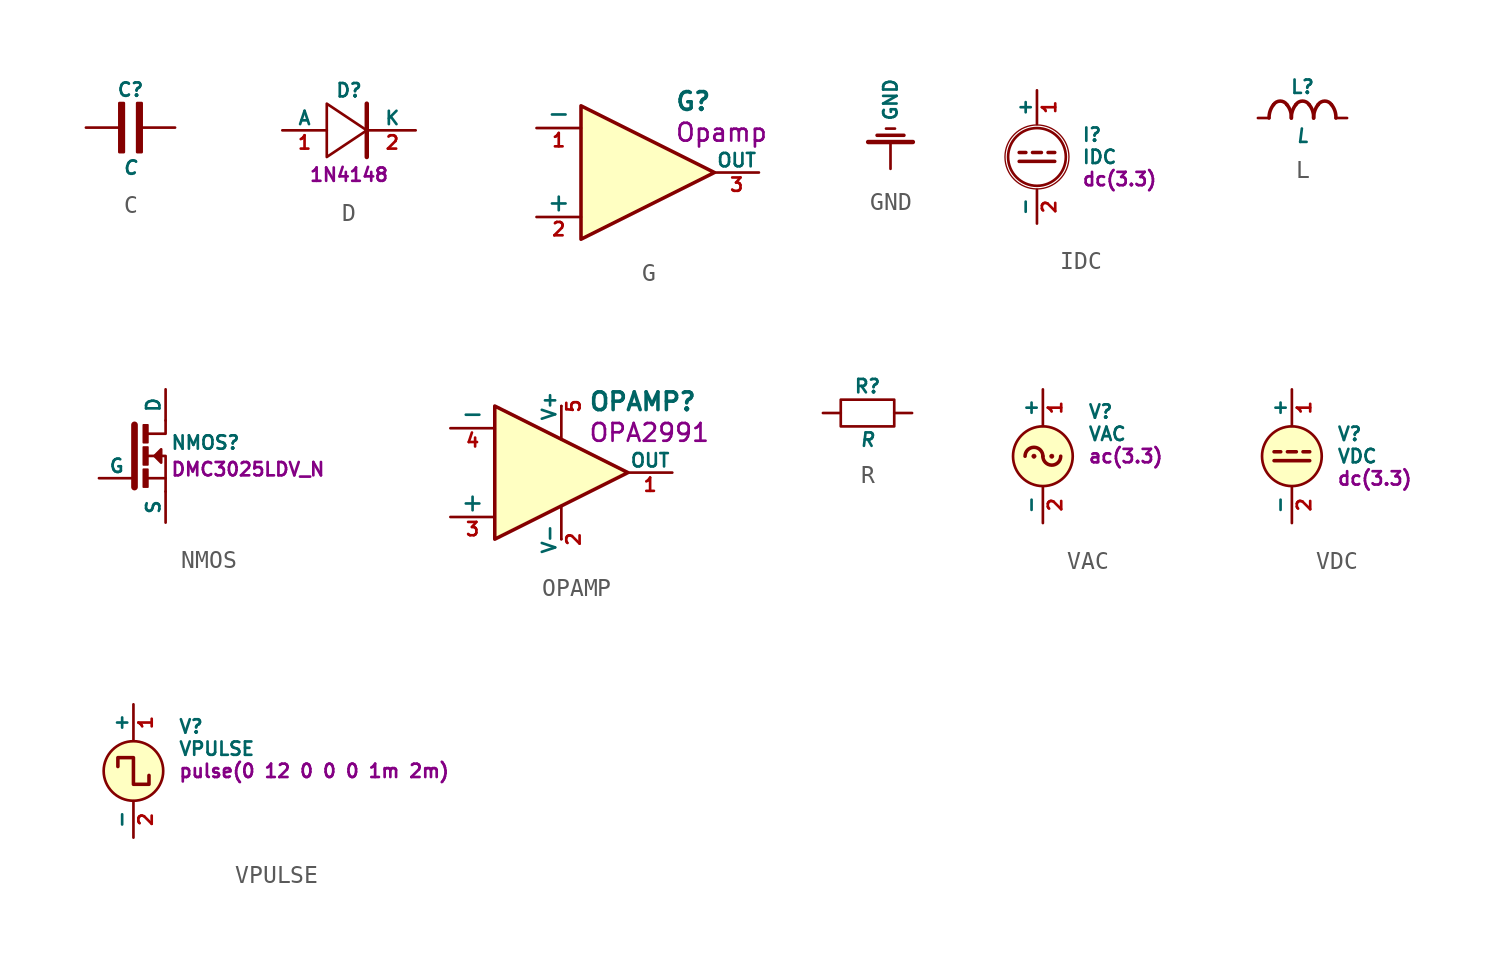
<source format=kicad_sym>
(kicad_symbol_lib
  (version 20220914)
  (generator kicad_symbol_editor)
  (symbol "C"
    (pin_numbers hide)
    (pin_names
      (offset 0) hide)
    (property "Reference" "C"
      (at 0 2.159 0)
      (effects (font (size 0.762 0.762))))
    (property "Value" "C"
      (at 0 -2.286 0)
      (effects (font (size 0.762 0.762) italic)))
    (symbol "C_0_1"
      (rectangle (start -0.635 1.397) (end -0.381 -1.397) (stroke (width 0) (type solid)) (fill (type outline)))
      (rectangle (start 0.381 -1.397) (end 0.635 1.397) (stroke (width 0) (type solid)) (fill (type outline))))
    (symbol "C_1_1"
      (pin passive line (at -2.54 0 0) (length 1.905) (name "1" (effects (font (size 0.508 0.508)))) (number "1" (effects (font (size 0.508 0.508)))))
      (pin passive line (at 2.54 0 180) (length 1.905) (name "2" (effects (font (size 0.508 0.508)))) (number "2" (effects (font (size 0.508 0.508)))))))
  (symbol "D"
    (pin_names
      (offset 0))
    (property "Reference" "D"
      (at 0 2.286 0)
      (effects (font (size 0.762 0.762))))
    (property "Spice_Model" "1N4148"
      (at 0 -2.54 0)
      (effects (font (size 0.762 0.762))))
    (symbol "D_0_1"
      (polyline (pts (xy 1.016 1.524) (xy 1.016 -1.524)) (stroke (width 0.254) (type solid)) (fill (type none)))
      (polyline (pts (xy -1.27 1.524) (xy -1.27 -1.524) (xy 1.016 0) (xy -1.27 1.524)) (stroke (width 0) (type solid)) (fill (type none))))
    (symbol "D_1_1"
      (pin passive line (at -3.81 0 0) (length 2.54) (name "A" (effects (font (size 0.762 0.762)))) (number "1" (effects (font (size 0.762 0.762)))))
      (pin passive line (at 3.81 0 180) (length 2.667) (name "K" (effects (font (size 0.762 0.762)))) (number "2" (effects (font (size 0.762 0.762)))))))
  (symbol "G"
    (pin_names
      (offset 0))
    (property "Reference" "G"
      (at 1.524 4.064 0)
      (effects (font (size 1.016 1.016) bold) (justify left)))
    (property "Spice_Model" "Opamp"
      (at 1.524 2.286 0)
      (effects (font (size 1.016 1.016)) (justify left)))
    (symbol "G_1_1"
      (polyline (pts (xy -3.81 -3.81) (xy -3.81 3.81) (xy 3.81 0) (xy -3.81 -3.81)) (stroke (width 0.203) (type solid)) (fill (type background)))
      (pin input line (at -6.35 2.54 0) (length 2.54) (name "-" (effects (font (size 1.016 1.016)))) (number "1" (effects (font (size 0.762 0.762)))))
      (pin input line (at -6.35 -2.54 0) (length 2.54) (name "+" (effects (font (size 1.016 1.016)))) (number "2" (effects (font (size 0.762 0.762)))))
      (pin output line (at 6.35 0 180) (length 2.54) (name "OUT" (effects (font (size 0.762 0.762)))) (number "3" (effects (font (size 0.762 0.762)))))))
  (symbol "GND"
    (power)
    (pin_names
      (offset 0))
    (property "Reference" "#GND"
      (at 0 -1.27 0)
      (effects (font (size 0.762 0.762)) hide))
    (property "Value" "GND"
      (at 0 2.667 90)
      (effects (font (size 0.762 0.762)) (justify left)))
    (symbol "GND_0_1"
      (polyline (pts (xy -1.27 1.524) (xy 1.27 1.524)) (stroke (width 0.254) (type solid)) (fill (type none)))
      (polyline (pts (xy -0.762 1.905) (xy 0.762 1.905)) (stroke (width 0.203) (type solid)) (fill (type none)))
      (polyline (pts (xy -0.254 2.286) (xy 0.254 2.286)) (stroke (width 0) (type solid)) (fill (type none)))
      (polyline (pts (xy 0 0) (xy 0 1.524)) (stroke (width 0) (type solid)) (fill (type none))))
    (symbol "GND_1_1"
      (pin power_in line (at 0 0 90) (length 0) hide (name "0" (effects (font (size 0.254 0.254)))) (number "1" (effects (font (size 0.254 0.254)))))))
  (symbol "IDC"
    (pin_names
      (offset 0))
    (property "Reference" "I"
      (at 2.54 1.27 0)
      (effects (font (size 0.762 0.762)) (justify left)))
    (property "Value" "IDC"
      (at 2.54 0 0)
      (effects (font (size 0.762 0.762)) (justify left)))
    (property "Spice_Model" "dc(3.3)"
      (at 2.54 -1.27 0)
      (effects (font (size 0.762 0.762)) (justify left)))
    (symbol "IDC_0_1"
      (polyline (pts (xy -1.016 0.254) (xy -0.635 0.254)) (stroke (width 0.203) (type solid)) (fill (type none)))
      (polyline (pts (xy -0.254 0.254) (xy 0.254 0.254)) (stroke (width 0.203) (type solid)) (fill (type none)))
      (polyline (pts (xy 0.635 0.254) (xy 1.016 0.254)) (stroke (width 0.203) (type solid)) (fill (type none)))
      (polyline (pts (xy 1.016 -0.254) (xy -1.016 -0.254)) (stroke (width 0.203) (type solid)) (fill (type none)))
      (circle (center 0 0) (radius 1.651) (stroke (width 0) (type solid)) (fill (type none)))
      (circle (center 0 0) (radius 1.829) (stroke (width 0.076) (type solid)) (fill (type none))))
    (symbol "IDC_1_1"
      (pin power_out line (at 0 3.81 270) (length 1.93) (name "+" (effects (font (size 0.762 0.762)))) (number "1" (effects (font (size 0.762 0.762)))))
      (pin power_out line (at 0 -3.81 90) (length 1.93) (name "-" (effects (font (size 0.762 0.762)))) (number "2" (effects (font (size 0.762 0.762)))))))
  (symbol "L"
    (pin_numbers hide)
    (pin_names
      (offset 0) hide)
    (property "Reference" "L"
      (at 0 1.778 0)
      (effects (font (size 0.762 0.762))))
    (property "Value" "L"
      (at 0 -1.016 0)
      (effects (font (size 0.762 0.762) italic)))
    (symbol "L_0_1"
      (arc (start -1.651 0.762) (mid -1.844 0.403) (end -1.905 0) (stroke (width 0.2032) (type solid)) (fill (type none)))
      (arc (start -0.889 0.762) (mid -1.27 0.9659) (end -1.651 0.762) (stroke (width 0.2032) (type solid)) (fill (type none)))
      (arc (start -0.635 0) (mid -0.6913 0.4046) (end -0.889 0.762) (stroke (width 0.2032) (type solid)) (fill (type none)))
      (arc (start -0.381 0.762) (mid -0.574 0.403) (end -0.635 0) (stroke (width 0.2032) (type solid)) (fill (type none)))
      (arc (start 0.381 0.762) (mid 0 0.9659) (end -0.381 0.762) (stroke (width 0.2032) (type solid)) (fill (type none)))
      (arc (start 0.635 0) (mid 0.5787 0.4046) (end 0.381 0.762) (stroke (width 0.2032) (type solid)) (fill (type none)))
      (arc (start 0.889 0.762) (mid 0.696 0.403) (end 0.635 0) (stroke (width 0.2032) (type solid)) (fill (type none)))
      (arc (start 1.651 0.762) (mid 1.27 0.9659) (end 0.889 0.762) (stroke (width 0.2032) (type solid)) (fill (type none)))
      (arc (start 1.905 0) (mid 1.8487 0.4046) (end 1.651 0.762) (stroke (width 0.2032) (type solid)) (fill (type none))))
    (symbol "L_1_1"
      (pin passive line (at -2.54 0 0) (length 0.635) (name "1" (effects (font (size 0.508 0.508)))) (number "1" (effects (font (size 0.508 0.508)))))
      (pin passive line (at 2.54 0 180) (length 0.635) (name "2" (effects (font (size 0.508 0.508)))) (number "2" (effects (font (size 0.508 0.508)))))))
  (symbol "NMOS"
    (pin_numbers hide)
    (pin_names
      (offset 0))
    (property "Reference" "NMOS"
      (at 1.524 0.762 0)
      (effects (font (size 0.762 0.762)) (justify left)))
    (property "Spice_Model" "DMC3025LDV_N"
      (at 1.524 -0.762 0)
      (effects (font (size 0.762 0.762)) (justify left)))
    (symbol "NMOS_1_1"
      (polyline (pts (xy -0.508 1.778) (xy -0.508 -1.778)) (stroke (width 0.381) (type solid)) (fill (type none)))
      (polyline (pts (xy 0.127 0) (xy 1.27 0) (xy 1.27 -1.27)) (stroke (width 0) (type solid)) (fill (type none)))
      (polyline (pts (xy 0.254 -1.27) (xy 1.27 -1.27) (xy 1.27 -2.032)) (stroke (width 0) (type solid)) (fill (type none)))
      (polyline (pts (xy 0.254 1.27) (xy 1.27 1.27) (xy 1.27 2.032)) (stroke (width 0) (type solid)) (fill (type none)))
      (polyline (pts (xy 0.635 0) (xy 1.016 0.381) (xy 1.016 -0.381) (xy 0.635 0)) (stroke (width 0) (type solid)) (fill (type outline)))
      (polyline (pts (xy 0 -0.762) (xy 0 -1.778) (xy 0.254 -1.778) (xy 0.254 -0.762) (xy 0 -0.762)) (stroke (width 0.102) (type solid)) (fill (type outline)))
      (polyline (pts (xy 0 0.508) (xy 0 -0.508) (xy 0.254 -0.508) (xy 0.254 0.508) (xy 0 0.508)) (stroke (width 0.102) (type solid)) (fill (type outline)))
      (polyline (pts (xy 0 1.778) (xy 0 0.762) (xy 0.254 0.762) (xy 0.254 1.778) (xy 0 1.778)) (stroke (width 0.102) (type solid)) (fill (type outline)))
      (pin passive line (at 1.27 3.81 270) (length 1.778) (name "D" (effects (font (size 0.762 0.762)))) (number "1" (effects (font (size 0.762 0.762)))))
      (pin passive line (at -2.54 -1.27 0) (length 2.032) (name "G" (effects (font (size 0.762 0.762)))) (number "2" (effects (font (size 0.762 0.762)))))
      (pin passive line (at 1.27 -3.81 90) (length 1.778) (name "S" (effects (font (size 0.762 0.762)))) (number "3" (effects (font (size 0.762 0.762)))))))
  (symbol "OPAMP"
    (pin_names
      (offset 0))
    (property "Reference" "OPAMP"
      (at 1.524 4.064 0)
      (effects (font (size 1.016 1.016) bold) (justify left)))
    (property "Spice_Model" "OPA2991"
      (at 1.524 2.286 0)
      (effects (font (size 1.016 1.016)) (justify left)))
    (symbol "OPAMP_1_1"
      (polyline (pts (xy 0 -3.81) (xy 0 -1.905)) (stroke (width 0) (type solid)) (fill (type none)))
      (polyline (pts (xy 0 1.905) (xy 0 3.81)) (stroke (width 0) (type solid)) (fill (type none)))
      (polyline (pts (xy -3.81 -3.81) (xy -3.81 3.81) (xy 3.81 0) (xy -3.81 -3.81)) (stroke (width 0.203) (type solid)) (fill (type background)))
      (pin output line (at 6.35 0 180) (length 2.54) (name "OUT" (effects (font (size 0.762 0.762)))) (number "1" (effects (font (size 0.762 0.762)))))
      (pin power_in line (at 0 -3.81 90) (length 0) (name "V-" (effects (font (size 0.762 0.762)))) (number "2" (effects (font (size 0.762 0.762)))))
      (pin input line (at -6.35 -2.54 0) (length 2.54) (name "+" (effects (font (size 1.016 1.016)))) (number "3" (effects (font (size 0.762 0.762)))))
      (pin input line (at -6.35 2.54 0) (length 2.54) (name "-" (effects (font (size 1.016 1.016)))) (number "4" (effects (font (size 0.762 0.762)))))
      (pin power_in line (at 0 3.81 270) (length 0) (name "V+" (effects (font (size 0.762 0.762)))) (number "5" (effects (font (size 0.762 0.762)))))))
  (symbol "R"
    (pin_numbers hide)
    (pin_names
      (offset 0) hide)
    (property "Reference" "R"
      (at 0 1.524 0)
      (effects (font (size 0.762 0.762))))
    (property "Value" "R"
      (at 0 -1.524 0)
      (effects (font (size 0.762 0.762) italic)))
    (symbol "R_0_1"
      (rectangle (start -1.524 0.762) (end 1.524 -0.762) (stroke (width 0) (type solid)) (fill (type none))))
    (symbol "R_1_1"
      (pin passive line (at -2.54 0 0) (length 1.016) (name "1" (effects (font (size 0.508 0.508)))) (number "1" (effects (font (size 0.508 0.508)))))
      (pin passive line (at 2.54 0 180) (length 1.016) (name "2" (effects (font (size 0.508 0.508)))) (number "2" (effects (font (size 0.508 0.508)))))))
  (symbol "VAC"
    (pin_names
      (offset 0))
    (property "Reference" "V"
      (at 2.54 2.54 0)
      (effects (font (size 0.762 0.762)) (justify left)))
    (property "Value" "VAC"
      (at 2.54 1.27 0)
      (effects (font (size 0.762 0.762)) (justify left)))
    (property "Spice_Model" "ac(3.3)"
      (at 2.54 0 0)
      (effects (font (size 0.762 0.762)) (justify left)))
    (symbol "VAC_0_1"
      (circle (center -0.508 0) (radius 0.127) (stroke (width 0.025) (type solid)) (fill (type outline)))
      (arc (start 0 0) (mid -0.508 0.508) (end -1.016 0) (stroke (width 0.2032) (type solid)) (fill (type none)))
      (arc (start 0 0) (mid 0.508 -0.508) (end 1.016 0) (stroke (width 0.2032) (type solid)) (fill (type none)))
      (circle (center 0 0) (radius 1.702) (stroke (width 0) (type solid)) (fill (type background)))
      (circle (center 0.508 0) (radius 0.127) (stroke (width 0.025) (type solid)) (fill (type outline))))
    (symbol "VAC_1_1"
      (pin power_out line (at 0 3.81 270) (length 2.083) (name "+" (effects (font (size 0.762 0.762)))) (number "1" (effects (font (size 0.762 0.762)))))
      (pin power_out line (at 0 -3.81 90) (length 2.083) (name "-" (effects (font (size 0.762 0.762)))) (number "2" (effects (font (size 0.762 0.762)))))))
  (symbol "VDC"
    (pin_names
      (offset 0))
    (property "Reference" "V"
      (at 2.54 1.27 0)
      (effects (font (size 0.762 0.762)) (justify left)))
    (property "Value" "VDC"
      (at 2.54 0 0)
      (effects (font (size 0.762 0.762)) (justify left)))
    (property "Spice_Model" "dc(3.3)"
      (at 2.54 -1.27 0)
      (effects (font (size 0.762 0.762)) (justify left)))
    (symbol "VDC_0_1"
      (polyline (pts (xy -1.016 0.254) (xy -0.635 0.254)) (stroke (width 0.203) (type solid)) (fill (type none)))
      (polyline (pts (xy -0.254 0.254) (xy 0.254 0.254)) (stroke (width 0.203) (type solid)) (fill (type none)))
      (polyline (pts (xy 0.635 0.254) (xy 1.016 0.254)) (stroke (width 0.203) (type solid)) (fill (type none)))
      (polyline (pts (xy 1.016 -0.254) (xy -1.016 -0.254)) (stroke (width 0.203) (type solid)) (fill (type none)))
      (circle (center 0 0) (radius 1.702) (stroke (width 0) (type solid)) (fill (type background))))
    (symbol "VDC_1_1"
      (pin power_out line (at 0 3.81 270) (length 2.083) (name "+" (effects (font (size 0.762 0.762)))) (number "1" (effects (font (size 0.762 0.762)))))
      (pin power_out line (at 0 -3.81 90) (length 2.083) (name "-" (effects (font (size 0.762 0.762)))) (number "2" (effects (font (size 0.762 0.762)))))))
  (symbol "VPULSE"
    (pin_names
      (offset 0))
    (property "Reference" "V"
      (at 2.54 2.54 0)
      (effects (font (size 0.762 0.762)) (justify left)))
    (property "Value" "VPULSE"
      (at 2.54 1.27 0)
      (effects (font (size 0.762 0.762)) (justify left)))
    (property "Spice_Model" "pulse(0 12 0 0 0 1m 2m)"
      (at 2.54 0 0)
      (effects (font (size 0.762 0.762)) (justify left)))
    (symbol "VPULSE_0_1"
      (polyline (pts (xy -0.889 0.254) (xy -0.889 0.762) (xy 0 0.762) (xy 0 -0.762) (xy 0.889 -0.762) (xy 0.889 -0.254)) (stroke (width 0.203) (type solid)) (fill (type none)))
      (circle (center 0 0) (radius 1.702) (stroke (width 0) (type solid)) (fill (type background))))
    (symbol "VPULSE_1_1"
      (pin power_out line (at 0 3.81 270) (length 2.083) (name "+" (effects (font (size 0.762 0.762)))) (number "1" (effects (font (size 0.762 0.762)))))
      (pin power_out line (at 0 -3.81 90) (length 2.083) (name "-" (effects (font (size 0.762 0.762)))) (number "2" (effects (font (size 0.762 0.762))))))))
</source>
